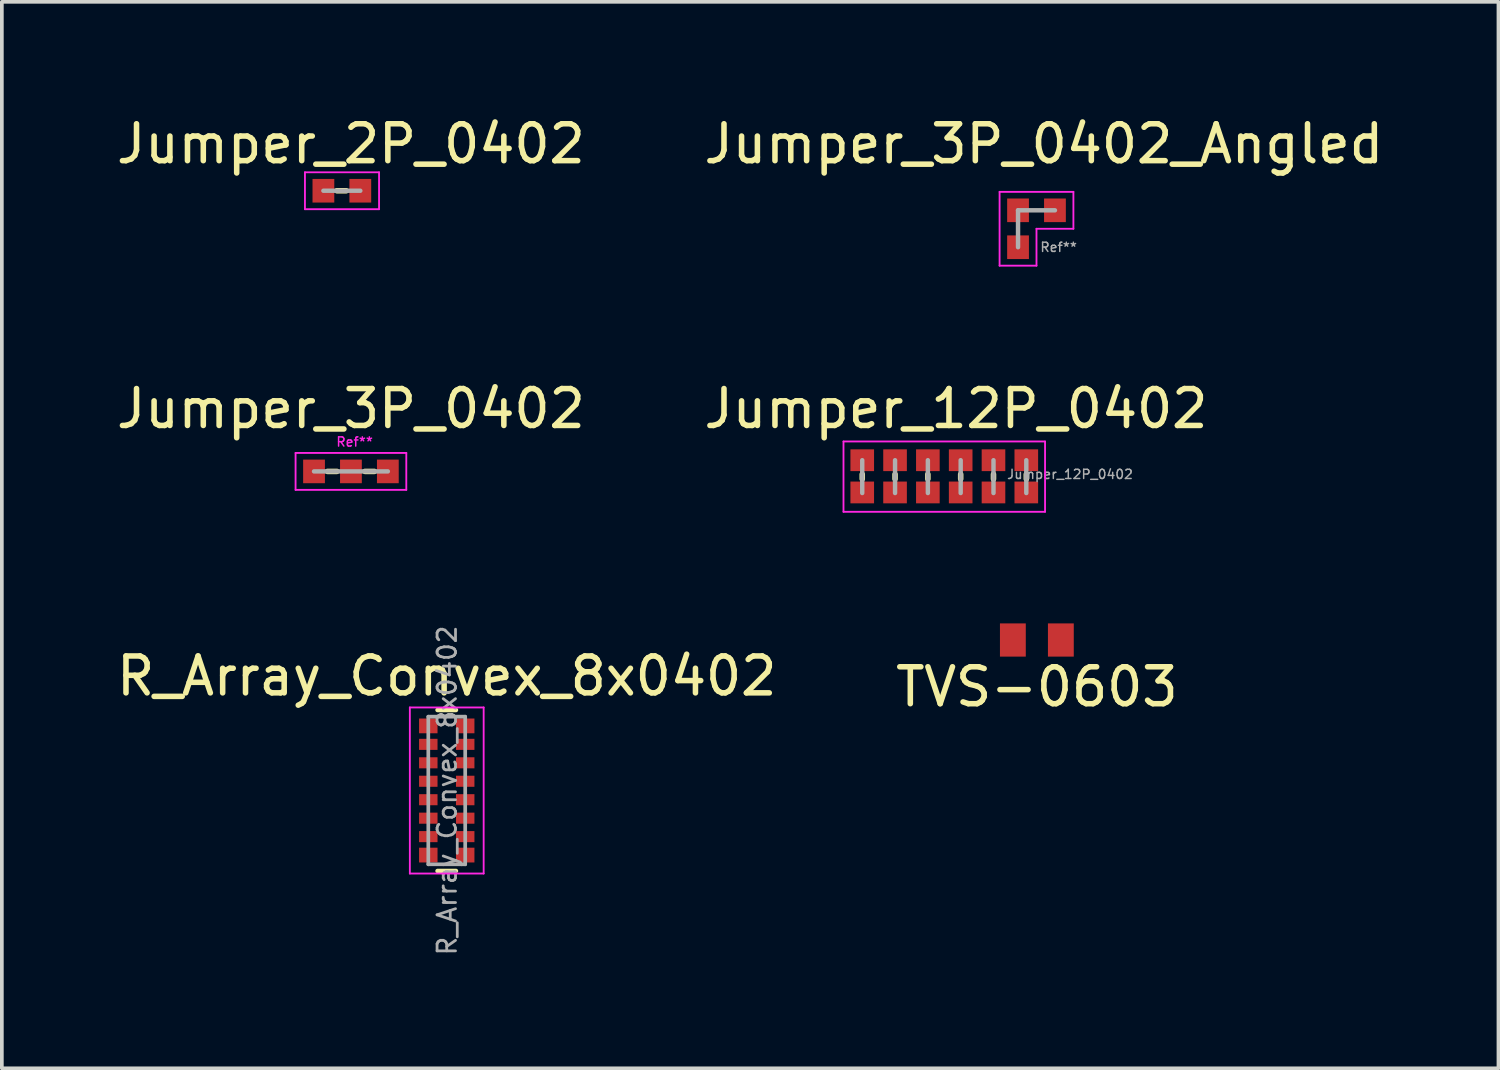
<source format=kicad_pcb>
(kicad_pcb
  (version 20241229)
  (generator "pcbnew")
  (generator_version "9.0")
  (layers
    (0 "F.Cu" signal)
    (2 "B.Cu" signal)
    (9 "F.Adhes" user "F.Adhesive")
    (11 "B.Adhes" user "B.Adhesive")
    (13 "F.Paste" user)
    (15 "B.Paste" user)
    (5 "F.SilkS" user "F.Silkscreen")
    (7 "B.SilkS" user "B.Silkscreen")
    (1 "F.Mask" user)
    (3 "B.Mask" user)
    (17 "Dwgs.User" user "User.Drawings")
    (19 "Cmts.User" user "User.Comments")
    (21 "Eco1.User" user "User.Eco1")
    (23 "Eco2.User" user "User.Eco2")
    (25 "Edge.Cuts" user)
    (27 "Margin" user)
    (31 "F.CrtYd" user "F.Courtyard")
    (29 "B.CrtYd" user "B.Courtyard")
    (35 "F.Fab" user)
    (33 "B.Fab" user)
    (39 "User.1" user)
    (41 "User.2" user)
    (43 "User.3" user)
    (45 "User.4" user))
  (footprint "TVS-0603"
    (layer "F.Cu")
    (at 25.042 14.29)
    (property "Reference" "TVS-0603" (at 0 1.27 0) (layer "F.SilkS") (effects (font (size 1 1) (thickness 0.15))))
    (attr through_hole)
    (pad "1" smd rect (at -0.65 0) (size 0.7 0.9) (layers "F.Cu" "F.Mask" "F.Paste"))
    (pad "2" smd rect (at 0.65 0) (size 0.7 0.9) (layers "F.Cu" "F.Mask" "F.Paste")))
  (footprint "Jumper_12P_0402"
    (layer "F.Cu")
    (at 22.851 9.8)
    (property "Reference" "Jumper_12P_0402" (at 0 -1.778 0) (layer "F.SilkS") (effects (font (size 1 1) (thickness 0.15))))
    (attr through_hole)
    (fp_line (start -2.54 0.127) (end -2.54 0) (stroke (width 0.15) (type solid)) (layer "F.SilkS"))
    (fp_line (start -1.651 0.127) (end -1.651 0) (stroke (width 0.15) (type solid)) (layer "F.SilkS"))
    (fp_line (start -0.762 0.127) (end -0.762 0) (stroke (width 0.15) (type solid)) (layer "F.SilkS"))
    (fp_line (start 0.127 0.127) (end 0.127 0) (stroke (width 0.15) (type solid)) (layer "F.SilkS"))
    (fp_line (start 1.016 0.127) (end 1.016 0) (stroke (width 0.15) (type solid)) (layer "F.SilkS"))
    (fp_line (start 1.905 0.127) (end 1.905 0) (stroke (width 0.15) (type solid)) (layer "F.SilkS"))
    (fp_line (start -3.048 -0.889) (end 2.413 -0.889) (stroke (width 0.05) (type solid)) (layer "F.CrtYd"))
    (fp_line (start -3.048 1.016) (end -3.048 -0.889) (stroke (width 0.05) (type solid)) (layer "F.CrtYd"))
    (fp_line (start 2.413 -0.889) (end 2.413 1.016) (stroke (width 0.05) (type solid)) (layer "F.CrtYd"))
    (fp_line (start 2.413 1.016) (end -3.048 1.016) (stroke (width 0.05) (type solid)) (layer "F.CrtYd"))
    (fp_line (start -2.54 0.508) (end -2.54 -0.381) (stroke (width 0.12) (type solid)) (layer "F.Fab"))
    (fp_line (start -1.651 0.508) (end -1.651 -0.381) (stroke (width 0.12) (type solid)) (layer "F.Fab"))
    (fp_line (start -0.762 0.508) (end -0.762 -0.381) (stroke (width 0.12) (type solid)) (layer "F.Fab"))
    (fp_line (start 0.127 0.508) (end 0.127 -0.381) (stroke (width 0.12) (type solid)) (layer "F.Fab"))
    (fp_line (start 1.016 0.508) (end 1.016 -0.381) (stroke (width 0.12) (type solid)) (layer "F.Fab"))
    (fp_line (start 1.905 0.508) (end 1.905 -0.381) (stroke (width 0.12) (type solid)) (layer "F.Fab"))
    (fp_text user "${REFERENCE}" (at 3.09 0 0) (layer "F.Fab") (effects (font (size 0.25 0.25) (thickness 0.04))))
    (pad "1" smd rect (at -2.54 0.492 90) (size 0.59 0.64) (layers "F.Cu" "F.Mask" "F.Paste"))
    (pad "2" smd rect (at -1.651 0.492 90) (size 0.59 0.64) (layers "F.Cu" "F.Mask" "F.Paste"))
    (pad "3" smd rect (at -0.762 0.492 90) (size 0.59 0.64) (layers "F.Cu" "F.Mask" "F.Paste"))
    (pad "4" smd rect (at 0.127 0.492 90) (size 0.59 0.64) (layers "F.Cu" "F.Mask" "F.Paste"))
    (pad "5" smd rect (at 1.016 0.492 90) (size 0.59 0.64) (layers "F.Cu" "F.Mask" "F.Paste"))
    (pad "6" smd rect (at 1.905 0.492 90) (size 0.59 0.64) (layers "F.Cu" "F.Mask" "F.Paste"))
    (pad "7" smd rect (at 1.905 -0.381 90) (size 0.59 0.64) (layers "F.Cu" "F.Mask" "F.Paste"))
    (pad "8" smd rect (at 1.016 -0.381 90) (size 0.59 0.64) (layers "F.Cu" "F.Mask" "F.Paste"))
    (pad "9" smd rect (at 0.127 -0.381 90) (size 0.59 0.64) (layers "F.Cu" "F.Mask" "F.Paste"))
    (pad "10" smd rect (at -0.762 -0.381 90) (size 0.59 0.64) (layers "F.Cu" "F.Mask" "F.Paste"))
    (pad "11" smd rect (at -1.651 -0.381 90) (size 0.59 0.64) (layers "F.Cu" "F.Mask" "F.Paste"))
    (pad "12" smd rect (at -2.54 -0.381 90) (size 0.59 0.64) (layers "F.Cu" "F.Mask" "F.Paste")))
  (footprint "Jumper_3P_0402"
    (layer "F.Cu")
    (at 6.458 9.722)
    (property "Reference" "Jumper_3P_0402" (at 0 -1.7 0) (layer "F.SilkS") (effects (font (size 1 1) (thickness 0.15))))
    (attr through_hole)
    (fp_line (start -0.635 0) (end -0.381 0) (stroke (width 0.15) (type solid)) (layer "F.SilkS"))
    (fp_line (start 0.381 0) (end 0.635 0) (stroke (width 0.15) (type solid)) (layer "F.SilkS"))
    (fp_line (start -1.5 -0.5) (end 1.5 -0.5) (stroke (width 0.05) (type solid)) (layer "F.CrtYd"))
    (fp_line (start -1.5 0.5) (end -1.5 -0.5) (stroke (width 0.05) (type solid)) (layer "F.CrtYd"))
    (fp_line (start 1.5 -0.5) (end 1.5 0.5) (stroke (width 0.05) (type solid)) (layer "F.CrtYd"))
    (fp_line (start 1.5 0.5) (end -1.5 0.5) (stroke (width 0.05) (type solid)) (layer "F.CrtYd"))
    (fp_line (start -1 0) (end 1 0) (stroke (width 0.12) (type solid)) (layer "F.Fab"))
    (fp_text user "Ref**" (at 0.1 -0.8 0) (layer "F.CrtYd") (effects (font (size 0.25 0.25) (thickness 0.04))))
    (pad "1" smd rect (at -1 0) (size 0.59 0.64) (layers "F.Cu" "F.Mask" "F.Paste"))
    (pad "2" smd rect (at 0 0) (size 0.59 0.64) (layers "F.Cu" "F.Mask" "F.Paste"))
    (pad "3" smd rect (at 1 0) (size 0.59 0.64) (layers "F.Cu" "F.Mask" "F.Paste")))
  (footprint "R_Array_Convex_8x0402"
    (layer "F.Cu")
    (at 9.054 18.367)
    (property "Reference" "R_Array_Convex_8x0402" (at 0 -3.1 0) (layer "F.SilkS") (effects (font (size 1 1) (thickness 0.15))))
    (attr through_hole)
    (fp_line (start 0.25 -2.18) (end -0.25 -2.18) (stroke (width 0.12) (type solid)) (layer "F.SilkS"))
    (fp_line (start 0.25 2.18) (end -0.25 2.18) (stroke (width 0.12) (type solid)) (layer "F.SilkS"))
    (fp_line (start -1 -2.25) (end -1 2.25) (stroke (width 0.05) (type solid)) (layer "F.CrtYd"))
    (fp_line (start -1 -2.25) (end 1 -2.25) (stroke (width 0.05) (type solid)) (layer "F.CrtYd"))
    (fp_line (start 1 2.25) (end -1 2.25) (stroke (width 0.05) (type solid)) (layer "F.CrtYd"))
    (fp_line (start 1 2.25) (end 1 -2.25) (stroke (width 0.05) (type solid)) (layer "F.CrtYd"))
    (fp_line (start -0.5 -2) (end 0.5 -2) (stroke (width 0.1) (type solid)) (layer "F.Fab"))
    (fp_line (start -0.5 2) (end -0.5 -2) (stroke (width 0.1) (type solid)) (layer "F.Fab"))
    (fp_line (start 0.5 -2) (end 0.5 2) (stroke (width 0.1) (type solid)) (layer "F.Fab"))
    (fp_line (start 0.5 2) (end -0.5 2) (stroke (width 0.1) (type solid)) (layer "F.Fab"))
    (fp_text user "${REFERENCE}" (at 0.01 0 90) (layer "F.Fab") (effects (font (size 0.5 0.5) (thickness 0.075))))
    (pad "1" smd rect (at -0.5 -1.75) (size 0.5 0.4) (layers "F.Cu" "F.Mask" "F.Paste"))
    (pad "2" smd rect (at -0.5 -1.25) (size 0.5 0.3) (layers "F.Cu" "F.Mask" "F.Paste"))
    (pad "3" smd rect (at -0.5 -0.75) (size 0.5 0.3) (layers "F.Cu" "F.Mask" "F.Paste"))
    (pad "4" smd rect (at -0.5 -0.25) (size 0.5 0.3) (layers "F.Cu" "F.Mask" "F.Paste"))
    (pad "5" smd rect (at -0.5 0.25) (size 0.5 0.3) (layers "F.Cu" "F.Mask" "F.Paste"))
    (pad "6" smd rect (at -0.5 0.75) (size 0.5 0.3) (layers "F.Cu" "F.Mask" "F.Paste"))
    (pad "7" smd rect (at -0.5 1.25) (size 0.5 0.3) (layers "F.Cu" "F.Mask" "F.Paste"))
    (pad "8" smd rect (at -0.5 1.75) (size 0.5 0.4) (layers "F.Cu" "F.Mask" "F.Paste"))
    (pad "9" smd rect (at 0.5 1.75) (size 0.5 0.4) (layers "F.Cu" "F.Mask" "F.Paste"))
    (pad "10" smd rect (at 0.5 1.25) (size 0.5 0.3) (layers "F.Cu" "F.Mask" "F.Paste"))
    (pad "11" smd rect (at 0.5 0.75) (size 0.5 0.3) (layers "F.Cu" "F.Mask" "F.Paste"))
    (pad "12" smd rect (at 0.5 0.25) (size 0.5 0.3) (layers "F.Cu" "F.Mask" "F.Paste"))
    (pad "13" smd rect (at 0.5 -0.25) (size 0.5 0.3) (layers "F.Cu" "F.Mask" "F.Paste"))
    (pad "14" smd rect (at 0.5 -0.75) (size 0.5 0.3) (layers "F.Cu" "F.Mask" "F.Paste"))
    (pad "15" smd rect (at 0.5 -1.25) (size 0.5 0.3) (layers "F.Cu" "F.Mask" "F.Paste"))
    (pad "16" smd rect (at 0.5 -1.75) (size 0.5 0.4) (layers "F.Cu" "F.Mask" "F.Paste")))
  (footprint "Jumper_3P_0402_Angled"
    (layer "F.Cu")
    (at 25.032 3.148)
    (property "Reference" "Jumper_3P_0402_Angled" (at 0.2 -2.3 0) (layer "F.SilkS") (effects (font (size 1 1) (thickness 0.15))))
    (attr through_hole)
    (fp_line (start -1 -1) (end 1 -1) (stroke (width 0.05) (type solid)) (layer "F.CrtYd"))
    (fp_line (start -1 1) (end -1 -1) (stroke (width 0.05) (type solid)) (layer "F.CrtYd"))
    (fp_line (start 0 0) (end 0 1) (stroke (width 0.05) (type solid)) (layer "F.CrtYd"))
    (fp_line (start 0 1) (end -1 1) (stroke (width 0.05) (type solid)) (layer "F.CrtYd"))
    (fp_line (start 1 -1) (end 1 0) (stroke (width 0.05) (type solid)) (layer "F.CrtYd"))
    (fp_line (start 1 0) (end 0 0) (stroke (width 0.05) (type solid)) (layer "F.CrtYd"))
    (fp_line (start -0.5 -0.5) (end 0.5 -0.5) (stroke (width 0.12) (type solid)) (layer "F.Fab"))
    (fp_line (start -0.5 0.5) (end -0.5 -0.5) (stroke (width 0.12) (type solid)) (layer "F.Fab"))
    (fp_text user "Ref**" (at 0.6 0.5 0) (layer "F.Fab") (effects (font (size 0.25 0.25) (thickness 0.04))))
    (pad "1" smd rect (at -0.5 0.5) (size 0.59 0.64) (layers "F.Cu" "F.Mask" "F.Paste"))
    (pad "2" smd rect (at -0.5 -0.5) (size 0.59 0.64) (layers "F.Cu" "F.Mask" "F.Paste"))
    (pad "3" smd rect (at 0.5 -0.5) (size 0.59 0.64) (layers "F.Cu" "F.Mask" "F.Paste")))
  (footprint "Jumper_2P_0402"
    (layer "F.Cu")
    (at 6.204 2.118)
    (property "Reference" "Jumper_2P_0402" (at 0.254 -1.27 0) (layer "F.SilkS") (effects (font (size 1 1) (thickness 0.15))))
    (attr through_hole)
    (fp_line (start -0.127 0) (end 0.127 0) (stroke (width 0.15) (type solid)) (layer "F.SilkS"))
    (fp_line (start -0.992 -0.5) (end 1.016 -0.5) (stroke (width 0.05) (type solid)) (layer "F.CrtYd"))
    (fp_line (start -0.992 0.5) (end -0.992 -0.5) (stroke (width 0.05) (type solid)) (layer "F.CrtYd"))
    (fp_line (start 1.016 -0.5) (end 1.016 0.5) (stroke (width 0.05) (type solid)) (layer "F.CrtYd"))
    (fp_line (start 1.016 0.5) (end -0.992 0.5) (stroke (width 0.05) (type solid)) (layer "F.CrtYd"))
    (fp_line (start -0.492 0) (end 0.508 0) (stroke (width 0.12) (type solid)) (layer "F.Fab"))
    (pad "1" smd rect (at -0.492 0) (size 0.59 0.64) (layers "F.Cu" "F.Mask" "F.Paste"))
    (pad "2" smd rect (at 0.508 0) (size 0.59 0.64) (layers "F.Cu" "F.Mask" "F.Paste")))
  (gr_rect
    (start -3 -3)
    (end 37.548 25.894)
    (stroke (width 0.1) (type default))
    (fill no)
    (layer "Edge.Cuts")))
</source>
